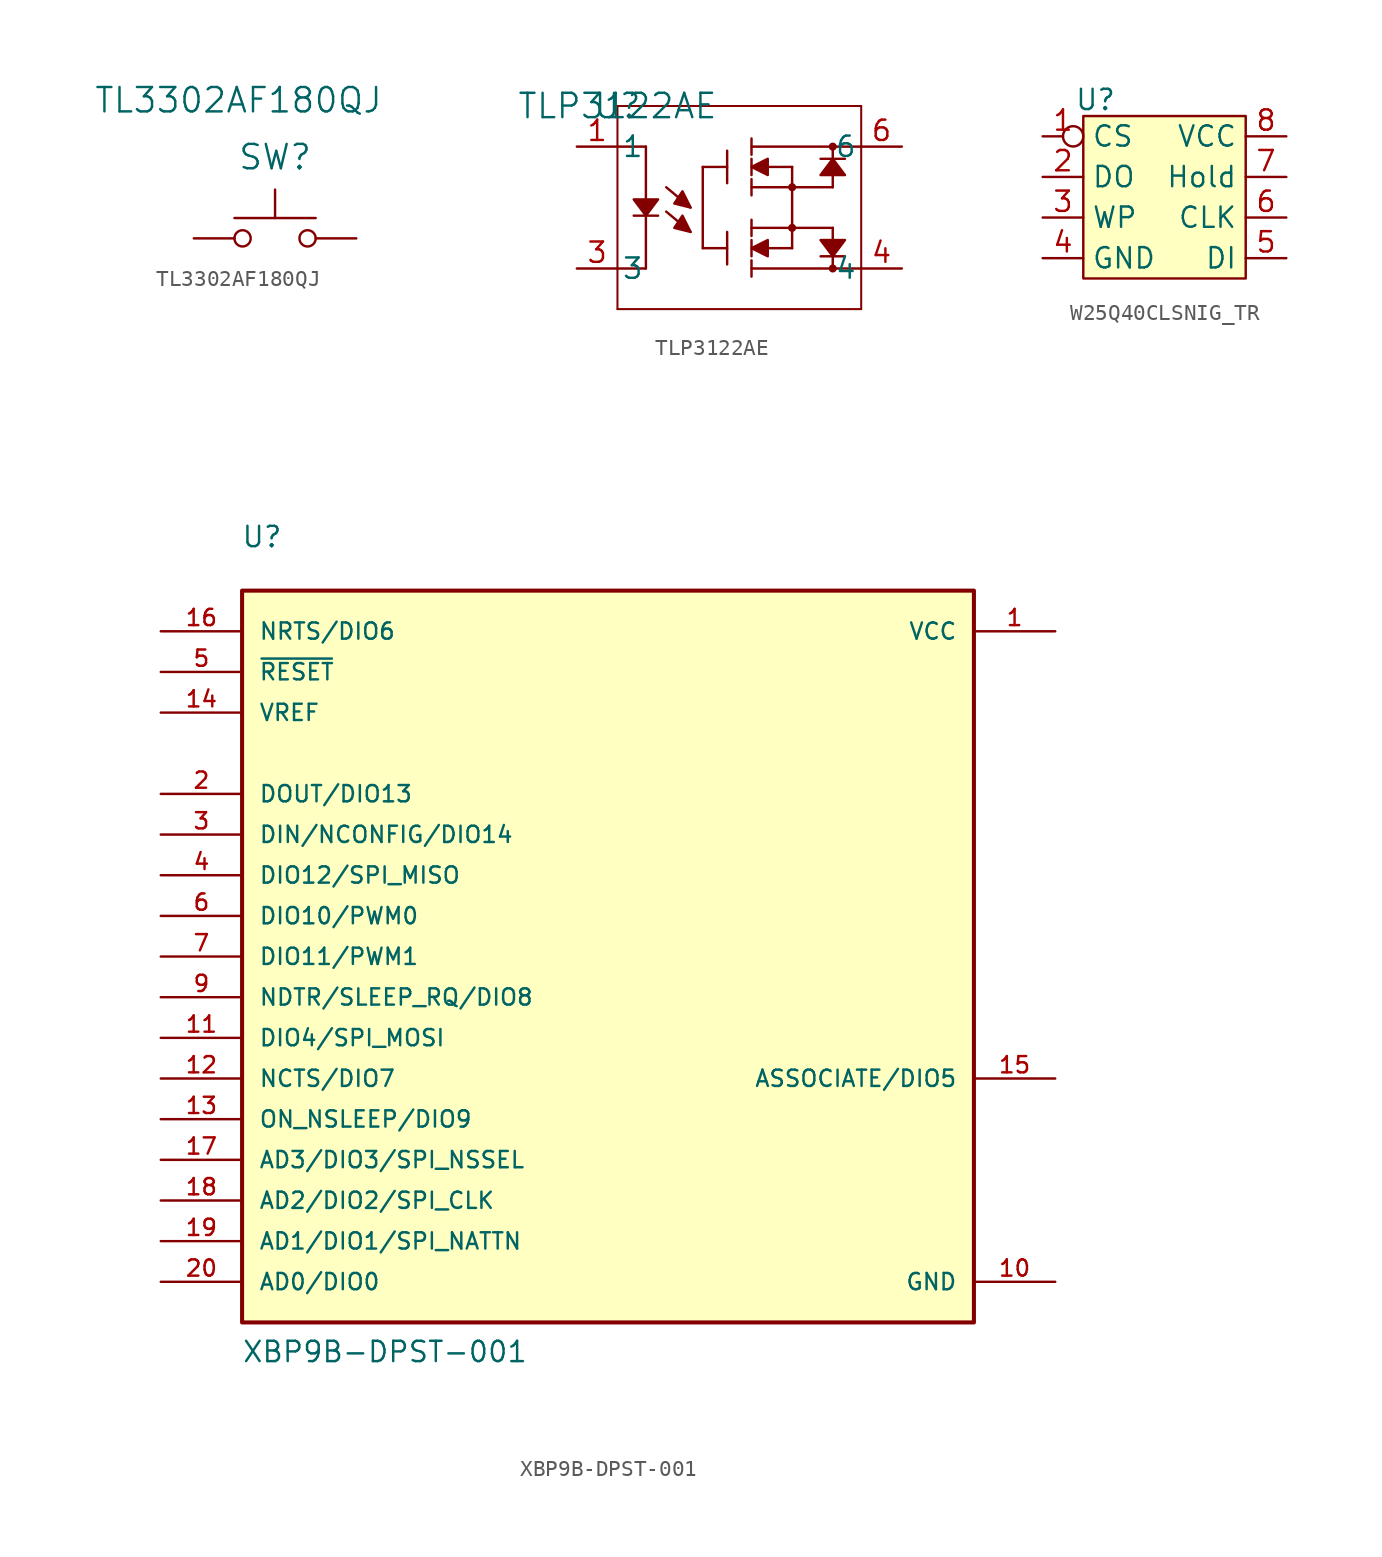
<source format=kicad_sym>
(kicad_symbol_lib
  (version 20241209)
  (generator "kicad_symbol_editor")
  (generator_version "9.0")
  (symbol "TL3302AF180QJ"
    (pin_numbers
      (hide yes))
    (pin_names
      (offset 0.254)
      (hide yes))
    (property "Reference" "SW"
      (at 7.62 3.81 0)
      (effects (font (size 1.524 1.524))))
    (property "Value" "TL3302AF180QJ"
      (at 5.334 7.366 0)
      (effects (font (size 1.524 1.524))))
    (symbol "TL3302AF180QJ_0_1"
      (circle (center 5.588 -1.27) (radius 0.508) (stroke (width 0) (type default)) (fill (type none)))
      (polyline (pts (xy 7.62 0) (xy 7.62 1.778)) (stroke (width 0) (type default)) (fill (type none)))
      (circle (center 9.652 -1.27) (radius 0.508) (stroke (width 0) (type default)) (fill (type none)))
      (polyline (pts (xy 10.16 0) (xy 5.08 0)) (stroke (width 0) (type default)) (fill (type none)))
      (pin passive line (at 12.7 -1.27 180) (length 2.54) (name "2" (effects (font (size 1.27 1.27)))) (number "2" (effects (font (size 1.27 1.27))))))
    (symbol "TL3302AF180QJ_1_1"
      (pin passive line (at 2.54 -1.27 0) (length 2.54) (name "1" (effects (font (size 1.27 1.27)))) (number "1" (effects (font (size 1.27 1.27)))))))
  (symbol "TLP3122AE"
    (pin_names
      (offset 0.254))
    (property "Reference" "U"
      (at 0 0 0)
      (effects (font (size 1.524 1.524))))
    (property "Value" "TLP3122AE"
      (at 0 0 0)
      (effects (font (size 1.524 1.524))))
    (symbol "TLP3122AE_0_1"
      (polyline (pts (xy 0 0) (xy 15.24 0)) (stroke (width 0.127) (type default)) (fill (type none)))
      (polyline (pts (xy 0 -12.7) (xy 0 0)) (stroke (width 0.127) (type default)) (fill (type none)))
      (polyline (pts (xy 1.016 -5.842) (xy 1.016 -5.842) (xy 2.54 -5.842) (xy 1.778 -6.858) (xy 1.016 -5.842)) (stroke (width 0) (type default)) (fill (type outline)))
      (polyline (pts (xy 1.016 -6.858) (xy 2.54 -6.858)) (stroke (width 0) (type default)) (fill (type none)))
      (polyline (pts (xy 1.778 -2.54) (xy 0 -2.54)) (stroke (width 0) (type default)) (fill (type none)))
      (polyline (pts (xy 1.778 -2.54) (xy 1.778 -5.842)) (stroke (width 0) (type default)) (fill (type none)))
      (polyline (pts (xy 1.778 -10.16) (xy 0 -10.16)) (stroke (width 0) (type default)) (fill (type none)))
      (polyline (pts (xy 1.778 -10.16) (xy 1.778 -6.858)) (stroke (width 0) (type default)) (fill (type none)))
      (polyline (pts (xy 4.572 -6.35) (xy 3.048 -5.08)) (stroke (width 0) (type default)) (fill (type none)))
      (polyline (pts (xy 4.572 -6.35) (xy 4.572 -6.35) (xy 4.064 -5.334) (xy 3.556 -6.096) (xy 4.572 -6.35)) (stroke (width 0) (type default)) (fill (type outline)))
      (polyline (pts (xy 4.572 -7.874) (xy 3.048 -6.604)) (stroke (width 0) (type default)) (fill (type none)))
      (polyline (pts (xy 4.572 -7.874) (xy 4.572 -7.874) (xy 4.064 -6.858) (xy 3.556 -7.62) (xy 4.572 -7.874)) (stroke (width 0) (type default)) (fill (type outline)))
      (polyline (pts (xy 5.334 -3.81) (xy 5.334 -8.89)) (stroke (width 0) (type default)) (fill (type none)))
      (polyline (pts (xy 6.858 -2.794) (xy 6.858 -4.826)) (stroke (width 0) (type default)) (fill (type none)))
      (polyline (pts (xy 6.858 -3.81) (xy 5.334 -3.81)) (stroke (width 0) (type default)) (fill (type none)))
      (polyline (pts (xy 6.858 -7.874) (xy 6.858 -9.906)) (stroke (width 0) (type default)) (fill (type none)))
      (polyline (pts (xy 6.858 -8.89) (xy 5.334 -8.89)) (stroke (width 0) (type default)) (fill (type none)))
      (polyline (pts (xy 8.382 -2.032) (xy 8.382 -3.048)) (stroke (width 0) (type default)) (fill (type none)))
      (polyline (pts (xy 8.382 -2.54) (xy 15.24 -2.54)) (stroke (width 0) (type default)) (fill (type none)))
      (polyline (pts (xy 8.382 -3.302) (xy 8.382 -4.318)) (stroke (width 0) (type default)) (fill (type none)))
      (polyline (pts (xy 8.382 -3.81) (xy 8.382 -3.81) (xy 9.398 -3.302) (xy 9.398 -4.318) (xy 8.382 -3.81)) (stroke (width 0) (type default)) (fill (type outline)))
      (polyline (pts (xy 8.382 -4.572) (xy 8.382 -5.588)) (stroke (width 0) (type default)) (fill (type none)))
      (polyline (pts (xy 8.382 -5.08) (xy 13.462 -5.08)) (stroke (width 0) (type default)) (fill (type none)))
      (polyline (pts (xy 8.382 -7.112) (xy 8.382 -8.128)) (stroke (width 0) (type default)) (fill (type none)))
      (polyline (pts (xy 8.382 -7.62) (xy 13.462 -7.62)) (stroke (width 0) (type default)) (fill (type none)))
      (polyline (pts (xy 8.382 -8.382) (xy 8.382 -9.398)) (stroke (width 0) (type default)) (fill (type none)))
      (polyline (pts (xy 8.382 -8.89) (xy 8.382 -8.89) (xy 9.398 -8.382) (xy 9.398 -9.398) (xy 8.382 -8.89)) (stroke (width 0) (type default)) (fill (type outline)))
      (polyline (pts (xy 8.382 -9.652) (xy 8.382 -10.668)) (stroke (width 0) (type default)) (fill (type none)))
      (polyline (pts (xy 8.382 -10.16) (xy 15.24 -10.16)) (stroke (width 0) (type default)) (fill (type none)))
      (polyline (pts (xy 9.398 -3.81) (xy 10.922 -3.81)) (stroke (width 0) (type default)) (fill (type none)))
      (polyline (pts (xy 9.398 -8.89) (xy 10.922 -8.89)) (stroke (width 0) (type default)) (fill (type none)))
      (polyline (pts (xy 10.922 -3.81) (xy 10.922 -8.89)) (stroke (width 0) (type default)) (fill (type none)))
      (circle (center 10.922 -5.08) (radius 0.127) (stroke (width 0.254) (type default)) (fill (type none)))
      (circle (center 10.922 -7.62) (radius 0.127) (stroke (width 0.254) (type default)) (fill (type none)))
      (polyline (pts (xy 12.7 -3.302) (xy 14.224 -3.302)) (stroke (width 0) (type default)) (fill (type none)))
      (polyline (pts (xy 12.7 -8.382) (xy 12.7 -8.382) (xy 14.224 -8.382) (xy 13.462 -9.398) (xy 12.7 -8.382)) (stroke (width 0) (type default)) (fill (type outline)))
      (polyline (pts (xy 12.7 -9.398) (xy 14.224 -9.398)) (stroke (width 0) (type default)) (fill (type none)))
      (polyline (pts (xy 13.462 -2.54) (xy 13.462 -3.302)) (stroke (width 0) (type default)) (fill (type none)))
      (circle (center 13.462 -2.54) (radius 0.127) (stroke (width 0.254) (type default)) (fill (type none)))
      (polyline (pts (xy 13.462 -3.302) (xy 13.462 -3.302) (xy 12.7 -4.318) (xy 14.224 -4.318) (xy 13.462 -3.302)) (stroke (width 0) (type default)) (fill (type outline)))
      (polyline (pts (xy 13.462 -4.318) (xy 13.462 -5.08)) (stroke (width 0) (type default)) (fill (type none)))
      (polyline (pts (xy 13.462 -7.62) (xy 13.462 -8.382)) (stroke (width 0) (type default)) (fill (type none)))
      (polyline (pts (xy 13.462 -9.398) (xy 13.462 -10.16)) (stroke (width 0) (type default)) (fill (type none)))
      (circle (center 13.462 -10.16) (radius 0.127) (stroke (width 0.254) (type default)) (fill (type none)))
      (polyline (pts (xy 15.24 0) (xy 15.24 -12.7)) (stroke (width 0.127) (type default)) (fill (type none)))
      (polyline (pts (xy 15.24 -12.7) (xy 0 -12.7)) (stroke (width 0.127) (type default)) (fill (type none))))
    (symbol "TLP3122AE_1_1"
      (pin power_in line (at -2.54 -2.54 0) (length 2.54) (name "1" (effects (font (size 1.27 1.27)))) (number "1" (effects (font (size 1.27 1.27)))))
      (pin output line (at -2.54 -10.16 0) (length 2.54) (name "3" (effects (font (size 1.27 1.27)))) (number "3" (effects (font (size 1.27 1.27)))))
      (pin bidirectional line (at 17.78 -2.54 180) (length 2.54) (name "6" (effects (font (size 1.27 1.27)))) (number "6" (effects (font (size 1.27 1.27)))))
      (pin bidirectional line (at 17.78 -10.16 180) (length 2.54) (name "4" (effects (font (size 1.27 1.27)))) (number "4" (effects (font (size 1.27 1.27)))))))
  (symbol "W25Q40CLSNIG_TR"
    (property "Reference" "U"
      (at 0.762 1.016 0)
      (effects (font (size 1.27 1.27))))
    (property "Value" ""
      (at 0 0 0)
      (effects (font (size 1.27 1.27))))
    (symbol "W25Q40CLSNIG_TR_1_1"
      (rectangle (start 0 0) (end 10.16 -10.16) (stroke (width 0) (type default)) (fill (type background)))
      (pin input inverted (at -2.54 -1.27 0) (length 2.54) (name "CS" (effects (font (size 1.27 1.27)))) (number "1" (effects (font (size 1.27 1.27)))))
      (pin input line (at -2.54 -3.81 0) (length 2.54) (name "DO" (effects (font (size 1.27 1.27)))) (number "2" (effects (font (size 1.27 1.27)))))
      (pin input line (at -2.54 -6.35 0) (length 2.54) (name "WP" (effects (font (size 1.27 1.27)))) (number "3" (effects (font (size 1.27 1.27)))))
      (pin power_in line (at -2.54 -8.89 0) (length 2.54) (name "GND" (effects (font (size 1.27 1.27)))) (number "4" (effects (font (size 1.27 1.27)))))
      (pin power_in line (at 12.7 -1.27 180) (length 2.54) (name "VCC" (effects (font (size 1.27 1.27)))) (number "8" (effects (font (size 1.27 1.27)))))
      (pin input line (at 12.7 -3.81 180) (length 2.54) (name "Hold" (effects (font (size 1.27 1.27)))) (number "7" (effects (font (size 1.27 1.27)))))
      (pin input line (at 12.7 -6.35 180) (length 2.54) (name "CLK" (effects (font (size 1.27 1.27)))) (number "6" (effects (font (size 1.27 1.27)))))
      (pin input line (at 12.7 -8.89 180) (length 2.54) (name "DI" (effects (font (size 1.27 1.27)))) (number "5" (effects (font (size 1.27 1.27)))))))
  (symbol "XBP9B-DPST-001"
    (pin_names
      (offset 1.016))
    (property "Reference" "U"
      (at -22.928 25.476 0)
      (effects (font (size 1.27 1.27)) (justify left bottom)))
    (property "Value" "XBP9B-DPST-001"
      (at -22.893 -25.437 0)
      (effects (font (size 1.27 1.27)) (justify left bottom)))
    (symbol "XBP9B-DPST-001_0_0"
      (rectangle (start -22.86 -22.86) (end 22.86 22.86) (stroke (width 0.254) (type default)) (fill (type background)))
      (pin input line (at -27.94 20.32 0) (length 5.08) (name "NRTS/DIO6" (effects (font (size 1.016 1.016)))) (number "16" (effects (font (size 1.016 1.016)))))
      (pin input line (at -27.94 17.78 0) (length 5.08) (name "~{RESET}" (effects (font (size 1.016 1.016)))) (number "5" (effects (font (size 1.016 1.016)))))
      (pin input line (at -27.94 15.24 0) (length 5.08) (name "VREF" (effects (font (size 1.016 1.016)))) (number "14" (effects (font (size 1.016 1.016)))))
      (pin bidirectional line (at -27.94 10.16 0) (length 5.08) (name "DOUT/DIO13" (effects (font (size 1.016 1.016)))) (number "2" (effects (font (size 1.016 1.016)))))
      (pin bidirectional line (at -27.94 7.62 0) (length 5.08) (name "DIN/NCONFIG/DIO14" (effects (font (size 1.016 1.016)))) (number "3" (effects (font (size 1.016 1.016)))))
      (pin bidirectional line (at -27.94 5.08 0) (length 5.08) (name "DIO12/SPI_MISO" (effects (font (size 1.016 1.016)))) (number "4" (effects (font (size 1.016 1.016)))))
      (pin bidirectional line (at -27.94 2.54 0) (length 5.08) (name "DIO10/PWM0" (effects (font (size 1.016 1.016)))) (number "6" (effects (font (size 1.016 1.016)))))
      (pin bidirectional line (at -27.94 0 0) (length 5.08) (name "DIO11/PWM1" (effects (font (size 1.016 1.016)))) (number "7" (effects (font (size 1.016 1.016)))))
      (pin bidirectional line (at -27.94 -2.54 0) (length 5.08) (name "NDTR/SLEEP_RQ/DIO8" (effects (font (size 1.016 1.016)))) (number "9" (effects (font (size 1.016 1.016)))))
      (pin bidirectional line (at -27.94 -5.08 0) (length 5.08) (name "DIO4/SPI_MOSI" (effects (font (size 1.016 1.016)))) (number "11" (effects (font (size 1.016 1.016)))))
      (pin bidirectional line (at -27.94 -7.62 0) (length 5.08) (name "NCTS/DIO7" (effects (font (size 1.016 1.016)))) (number "12" (effects (font (size 1.016 1.016)))))
      (pin bidirectional line (at -27.94 -10.16 0) (length 5.08) (name "ON_NSLEEP/DIO9" (effects (font (size 1.016 1.016)))) (number "13" (effects (font (size 1.016 1.016)))))
      (pin bidirectional line (at -27.94 -12.7 0) (length 5.08) (name "AD3/DIO3/SPI_NSSEL" (effects (font (size 1.016 1.016)))) (number "17" (effects (font (size 1.016 1.016)))))
      (pin bidirectional line (at -27.94 -15.24 0) (length 5.08) (name "AD2/DIO2/SPI_CLK" (effects (font (size 1.016 1.016)))) (number "18" (effects (font (size 1.016 1.016)))))
      (pin bidirectional line (at -27.94 -17.78 0) (length 5.08) (name "AD1/DIO1/SPI_NATTN" (effects (font (size 1.016 1.016)))) (number "19" (effects (font (size 1.016 1.016)))))
      (pin bidirectional line (at -27.94 -20.32 0) (length 5.08) (name "AD0/DIO0" (effects (font (size 1.016 1.016)))) (number "20" (effects (font (size 1.016 1.016)))))
      (pin power_in line (at 27.94 20.32 180) (length 5.08) (name "VCC" (effects (font (size 1.016 1.016)))) (number "1" (effects (font (size 1.016 1.016)))))
      (pin output line (at 27.94 -7.62 180) (length 5.08) (name "ASSOCIATE/DIO5" (effects (font (size 1.016 1.016)))) (number "15" (effects (font (size 1.016 1.016)))))
      (pin power_in line (at 27.94 -20.32 180) (length 5.08) (name "GND" (effects (font (size 1.016 1.016)))) (number "10" (effects (font (size 1.016 1.016))))))))
</source>
